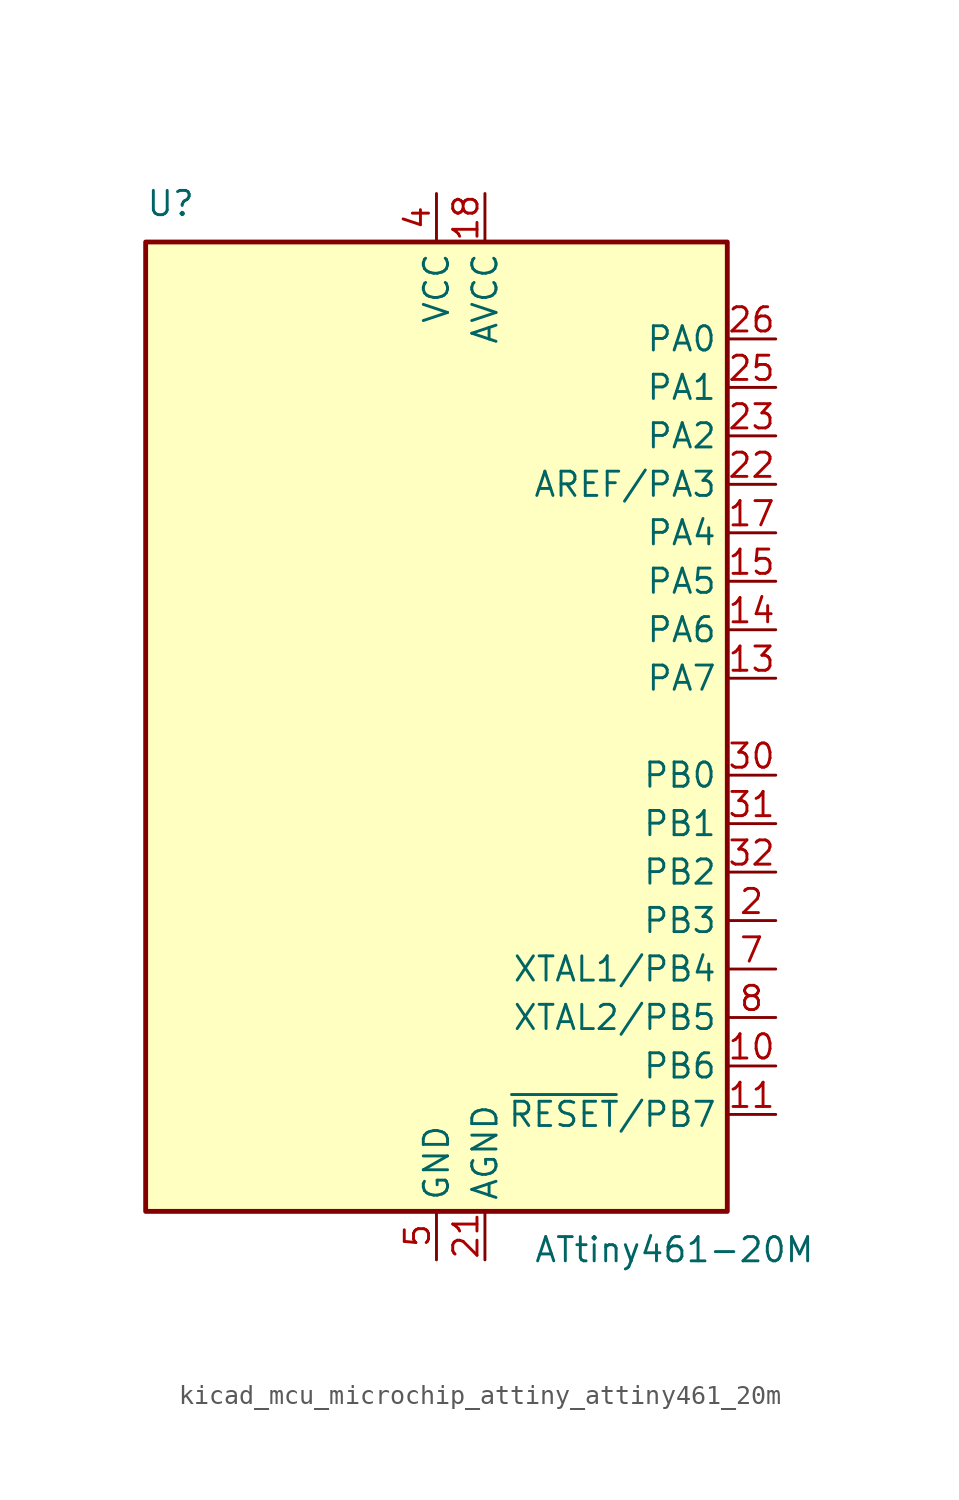
<source format=kicad_sym>
(kicad_symbol_lib
  (version 20220914)
  (generator kicad_symbol_editor)
  (symbol "kicad_mcu_microchip_attiny_attiny461_20m"
    (property "Reference" "U"
      (at -15.24 26.67 0)
      (effects (font (size 1.27 1.27)) (justify left bottom)))
    (property "Value" "ATtiny461-20M"
      (at 5.08 -26.67 0)
      (effects (font (size 1.27 1.27)) (justify left top)))
    (symbol "kicad_mcu_microchip_attiny_attiny461_20m_0_1"
      (rectangle (start -15.24 -25.4) (end 15.24 25.4) (stroke (width 0.254) (type default)) (fill (type background))))
    (symbol "kicad_mcu_microchip_attiny_attiny461_20m_1_1"
      (pin no_connect line (at -15.24 5.08 0) (length 2.54) hide (name "NC" (effects (font (size 1.27 1.27)))) (number "1" (effects (font (size 1.27 1.27)))))
      (pin bidirectional line (at 17.78 -17.78 180) (length 2.54) (name "PB6" (effects (font (size 1.27 1.27)))) (number "10" (effects (font (size 1.27 1.27)))))
      (pin bidirectional line (at 17.78 -20.32 180) (length 2.54) (name "~{RESET}/PB7" (effects (font (size 1.27 1.27)))) (number "11" (effects (font (size 1.27 1.27)))))
      (pin no_connect line (at -15.24 -5.08 0) (length 2.54) hide (name "NC" (effects (font (size 1.27 1.27)))) (number "12" (effects (font (size 1.27 1.27)))))
      (pin bidirectional line (at 17.78 2.54 180) (length 2.54) (name "PA7" (effects (font (size 1.27 1.27)))) (number "13" (effects (font (size 1.27 1.27)))))
      (pin bidirectional line (at 17.78 5.08 180) (length 2.54) (name "PA6" (effects (font (size 1.27 1.27)))) (number "14" (effects (font (size 1.27 1.27)))))
      (pin bidirectional line (at 17.78 7.62 180) (length 2.54) (name "PA5" (effects (font (size 1.27 1.27)))) (number "15" (effects (font (size 1.27 1.27)))))
      (pin no_connect line (at -15.24 -7.62 0) (length 2.54) hide (name "NC" (effects (font (size 1.27 1.27)))) (number "16" (effects (font (size 1.27 1.27)))))
      (pin bidirectional line (at 17.78 10.16 180) (length 2.54) (name "PA4" (effects (font (size 1.27 1.27)))) (number "17" (effects (font (size 1.27 1.27)))))
      (pin power_in line (at 2.54 27.94 270) (length 2.54) (name "AVCC" (effects (font (size 1.27 1.27)))) (number "18" (effects (font (size 1.27 1.27)))))
      (pin no_connect line (at -15.24 -10.16 0) (length 2.54) hide (name "NC" (effects (font (size 1.27 1.27)))) (number "19" (effects (font (size 1.27 1.27)))))
      (pin bidirectional line (at 17.78 -10.16 180) (length 2.54) (name "PB3" (effects (font (size 1.27 1.27)))) (number "2" (effects (font (size 1.27 1.27)))))
      (pin no_connect line (at -15.24 -12.7 0) (length 2.54) hide (name "NC" (effects (font (size 1.27 1.27)))) (number "20" (effects (font (size 1.27 1.27)))))
      (pin power_in line (at 2.54 -27.94 90) (length 2.54) (name "AGND" (effects (font (size 1.27 1.27)))) (number "21" (effects (font (size 1.27 1.27)))))
      (pin bidirectional line (at 17.78 12.7 180) (length 2.54) (name "AREF/PA3" (effects (font (size 1.27 1.27)))) (number "22" (effects (font (size 1.27 1.27)))))
      (pin bidirectional line (at 17.78 15.24 180) (length 2.54) (name "PA2" (effects (font (size 1.27 1.27)))) (number "23" (effects (font (size 1.27 1.27)))))
      (pin no_connect line (at -15.24 -15.24 0) (length 2.54) hide (name "NC" (effects (font (size 1.27 1.27)))) (number "24" (effects (font (size 1.27 1.27)))))
      (pin bidirectional line (at 17.78 17.78 180) (length 2.54) (name "PA1" (effects (font (size 1.27 1.27)))) (number "25" (effects (font (size 1.27 1.27)))))
      (pin bidirectional line (at 17.78 20.32 180) (length 2.54) (name "PA0" (effects (font (size 1.27 1.27)))) (number "26" (effects (font (size 1.27 1.27)))))
      (pin no_connect line (at -15.24 -17.78 0) (length 2.54) hide (name "NC" (effects (font (size 1.27 1.27)))) (number "27" (effects (font (size 1.27 1.27)))))
      (pin no_connect line (at -15.24 -20.32 0) (length 2.54) hide (name "NC" (effects (font (size 1.27 1.27)))) (number "28" (effects (font (size 1.27 1.27)))))
      (pin no_connect line (at -15.24 -22.86 0) (length 2.54) hide (name "NC" (effects (font (size 1.27 1.27)))) (number "29" (effects (font (size 1.27 1.27)))))
      (pin no_connect line (at -15.24 2.54 0) (length 2.54) hide (name "NC" (effects (font (size 1.27 1.27)))) (number "3" (effects (font (size 1.27 1.27)))))
      (pin bidirectional line (at 17.78 -2.54 180) (length 2.54) (name "PB0" (effects (font (size 1.27 1.27)))) (number "30" (effects (font (size 1.27 1.27)))))
      (pin bidirectional line (at 17.78 -5.08 180) (length 2.54) (name "PB1" (effects (font (size 1.27 1.27)))) (number "31" (effects (font (size 1.27 1.27)))))
      (pin bidirectional line (at 17.78 -7.62 180) (length 2.54) (name "PB2" (effects (font (size 1.27 1.27)))) (number "32" (effects (font (size 1.27 1.27)))))
      (pin passive line (at 0 -27.94 90) (length 2.54) hide (name "GND" (effects (font (size 1.27 1.27)))) (number "33" (effects (font (size 1.27 1.27)))))
      (pin power_in line (at 0 27.94 270) (length 2.54) (name "VCC" (effects (font (size 1.27 1.27)))) (number "4" (effects (font (size 1.27 1.27)))))
      (pin power_in line (at 0 -27.94 90) (length 2.54) (name "GND" (effects (font (size 1.27 1.27)))) (number "5" (effects (font (size 1.27 1.27)))))
      (pin no_connect line (at -15.24 0 0) (length 2.54) hide (name "NC" (effects (font (size 1.27 1.27)))) (number "6" (effects (font (size 1.27 1.27)))))
      (pin bidirectional line (at 17.78 -12.7 180) (length 2.54) (name "XTAL1/PB4" (effects (font (size 1.27 1.27)))) (number "7" (effects (font (size 1.27 1.27)))))
      (pin bidirectional line (at 17.78 -15.24 180) (length 2.54) (name "XTAL2/PB5" (effects (font (size 1.27 1.27)))) (number "8" (effects (font (size 1.27 1.27)))))
      (pin no_connect line (at -15.24 -2.54 0) (length 2.54) hide (name "NC" (effects (font (size 1.27 1.27)))) (number "9" (effects (font (size 1.27 1.27))))))))
</source>
